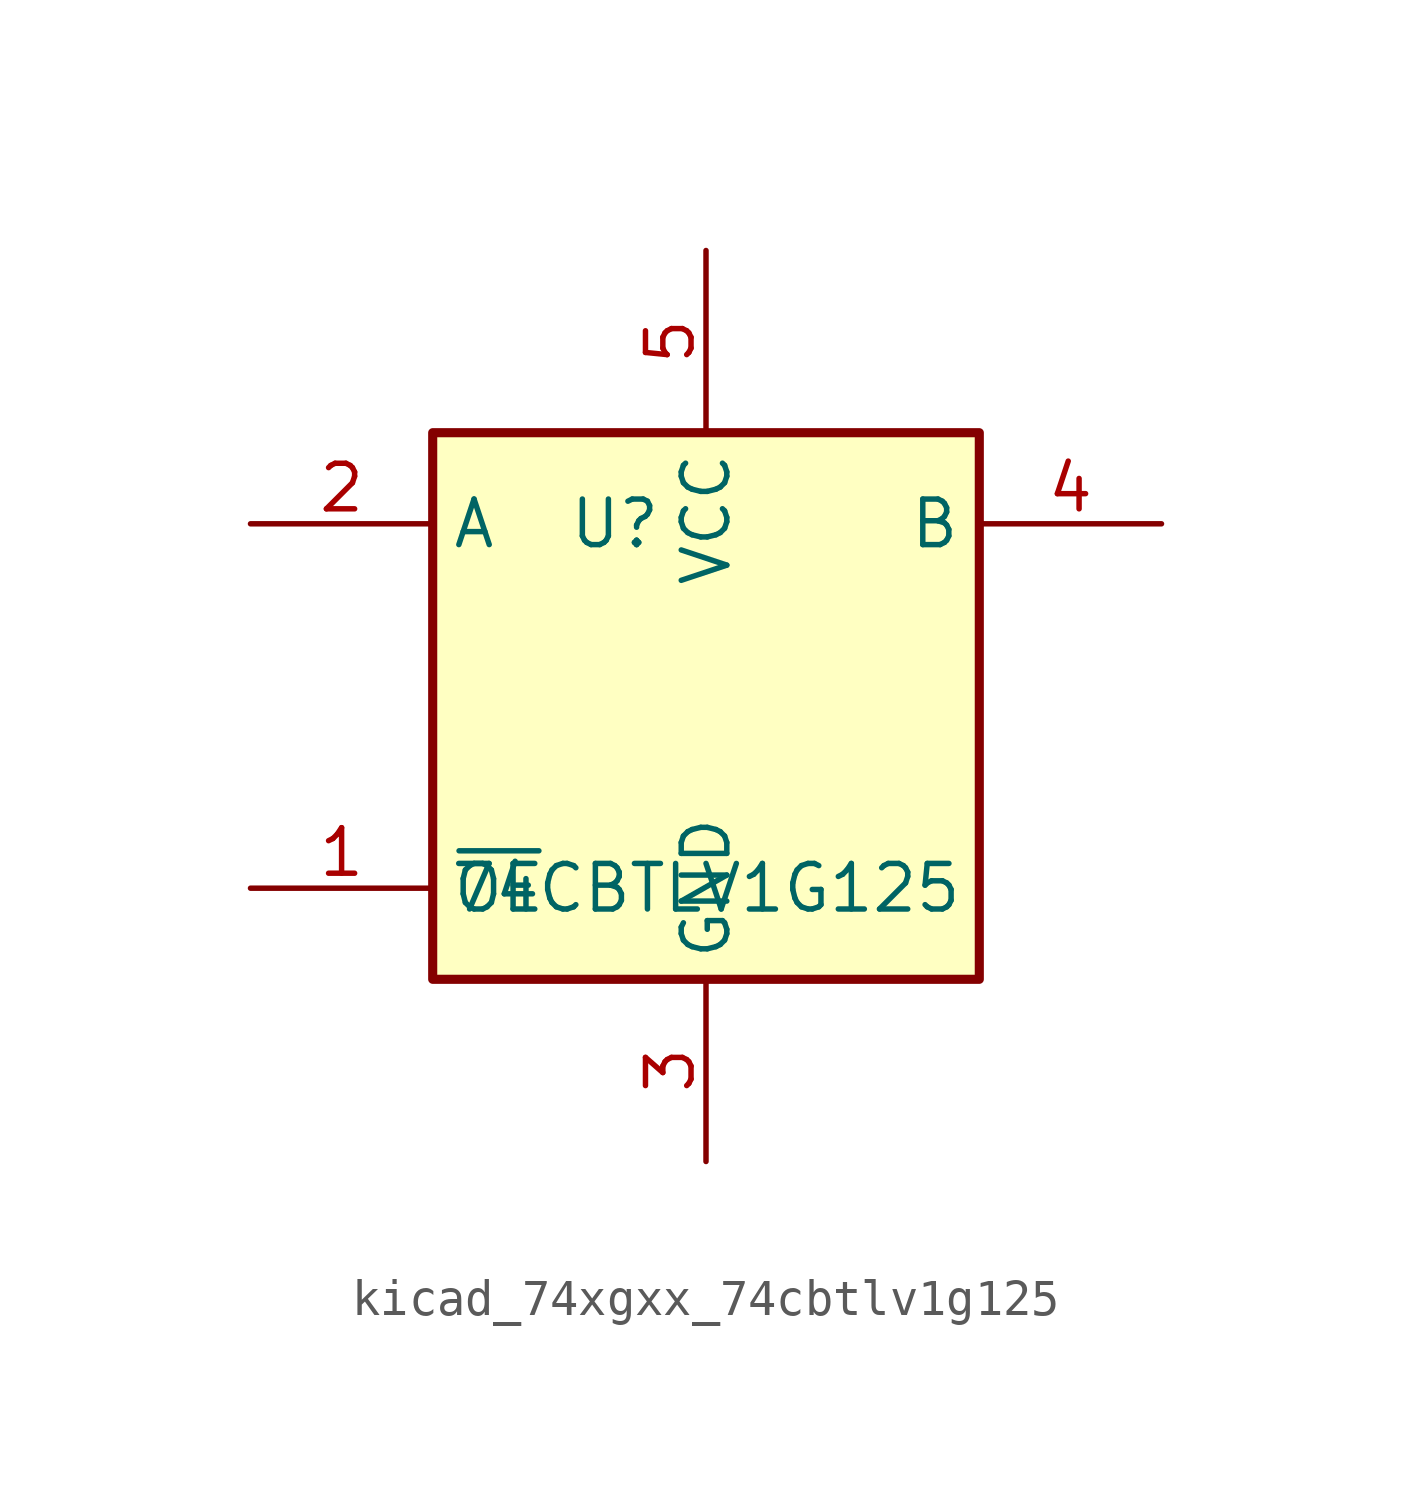
<source format=kicad_sym>
(kicad_symbol_lib
  (version 20220914)
  (generator kicad_symbol_editor)
  (symbol "kicad_74xgxx_74cbtlv1g125"
    (property "Reference" "U"
      (at -2.54 5.08 0)
      (effects (font (size 1.27 1.27))))
    (property "Value" "74CBTLV1G125"
      (at 0 -5.08 0)
      (effects (font (size 1.27 1.27))))
    (symbol "kicad_74xgxx_74cbtlv1g125_0_1"
      (rectangle (start -7.62 7.62) (end 7.62 -7.62) (stroke (width 0.254) (type default)) (fill (type background))))
    (symbol "kicad_74xgxx_74cbtlv1g125_1_1"
      (pin input line (at -12.7 -5.08 0) (length 5.08) (name "~{OE}" (effects (font (size 1.27 1.27)))) (number "1" (effects (font (size 1.27 1.27)))))
      (pin input line (at -12.7 5.08 0) (length 5.08) (name "A" (effects (font (size 1.27 1.27)))) (number "2" (effects (font (size 1.27 1.27)))))
      (pin power_in line (at 0 -12.7 90) (length 5.08) (name "GND" (effects (font (size 1.27 1.27)))) (number "3" (effects (font (size 1.27 1.27)))))
      (pin tri_state line (at 12.7 5.08 180) (length 5.08) (name "B" (effects (font (size 1.27 1.27)))) (number "4" (effects (font (size 1.27 1.27)))))
      (pin power_in line (at 0 12.7 270) (length 5.08) (name "VCC" (effects (font (size 1.27 1.27)))) (number "5" (effects (font (size 1.27 1.27))))))))
</source>
